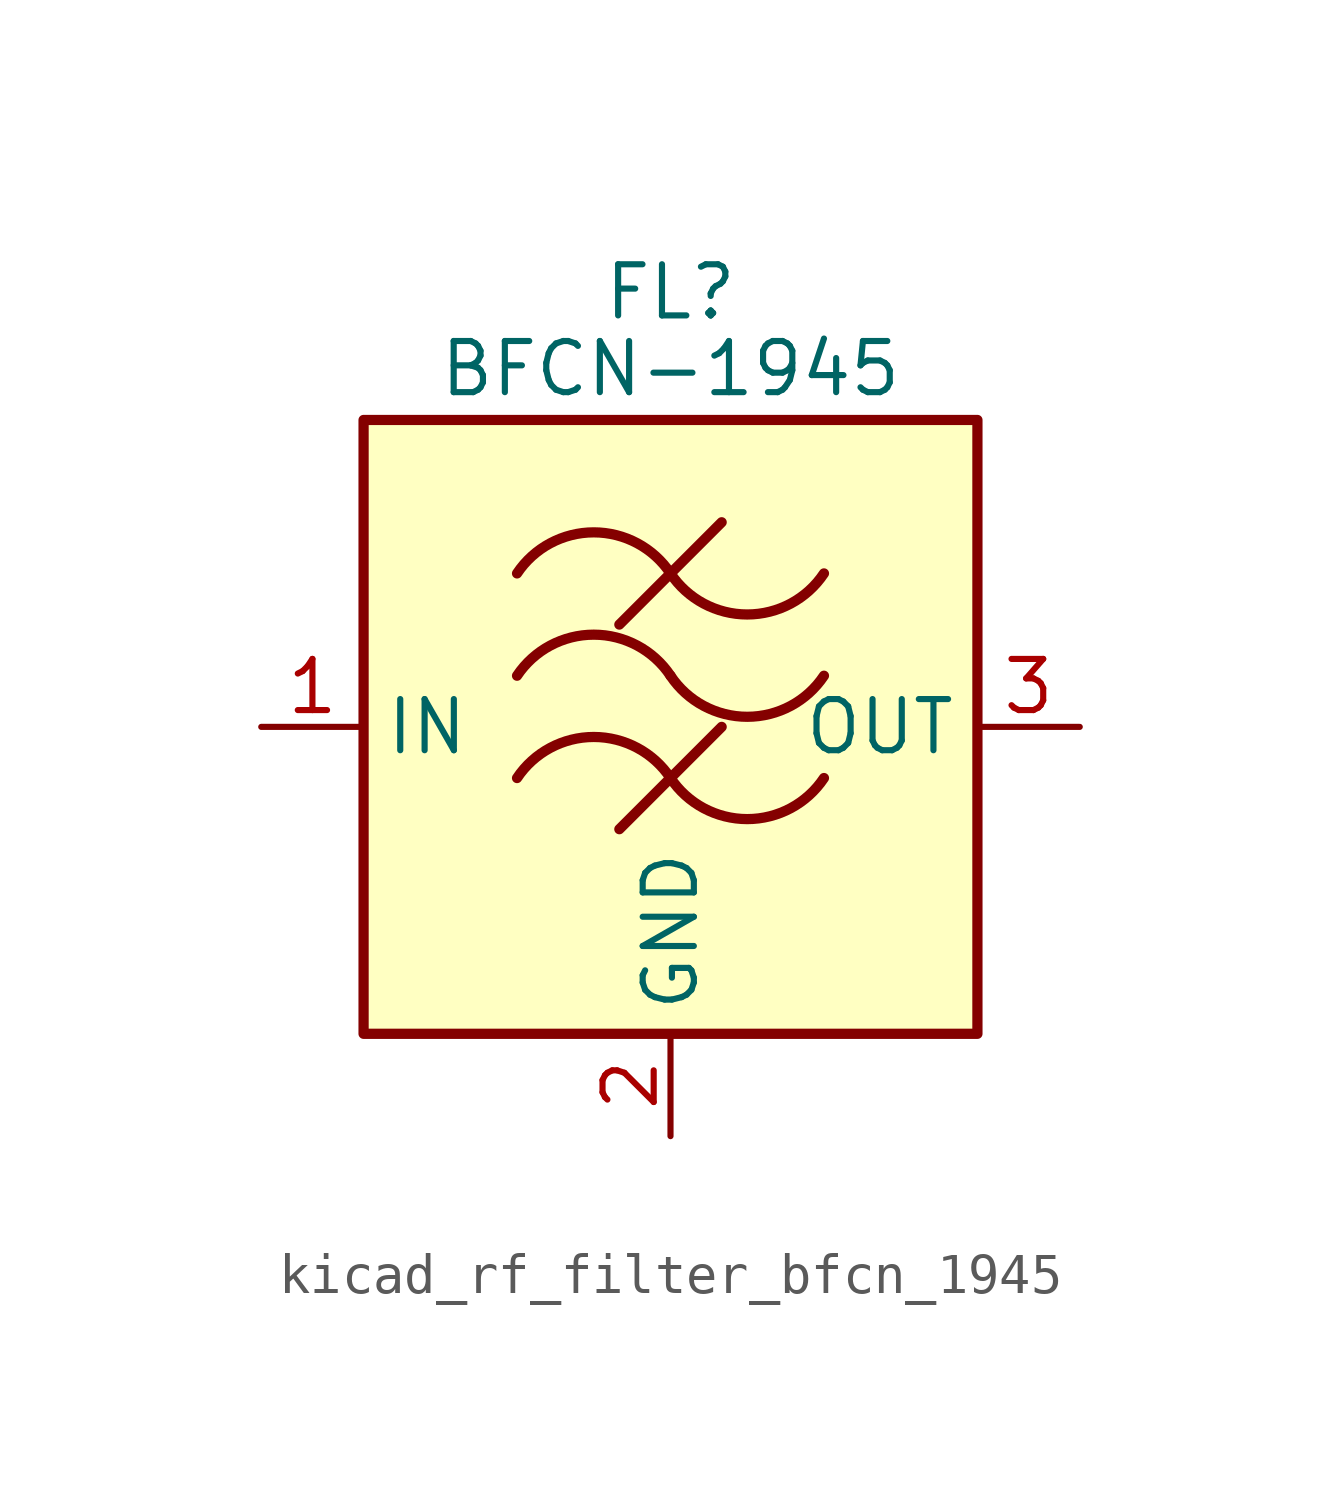
<source format=kicad_sym>
(kicad_symbol_lib
  (version 20220914)
  (generator kicad_symbol_editor)
  (symbol "kicad_rf_filter_bfcn_1945"
    (property "Reference" "FL"
      (at 0 10.795 0)
      (effects (font (size 1.27 1.27))))
    (property "Value" "BFCN-1945"
      (at 0 8.89 0)
      (effects (font (size 1.27 1.27))))
    (symbol "kicad_rf_filter_bfcn_1945_0_1"
      (rectangle (start -7.62 7.62) (end 7.62 -7.62) (stroke (width 0.254) (type default)) (fill (type background)))
      (arc (start 0 -1.27) (mid -1.905 -0.2505) (end -3.81 -1.27) (stroke (width 0.254) (type default)) (fill (type none)))
      (arc (start 0 -1.27) (mid 1.905 -2.2895) (end 3.81 -1.27) (stroke (width 0.254) (type default)) (fill (type none)))
      (polyline (pts (xy -1.27 -2.54) (xy 1.27 0)) (stroke (width 0.254) (type default)) (fill (type none)))
      (polyline (pts (xy -1.27 2.54) (xy 1.27 5.08)) (stroke (width 0.254) (type default)) (fill (type none)))
      (arc (start 0 1.27) (mid -1.905 2.2895) (end -3.81 1.27) (stroke (width 0.254) (type default)) (fill (type none)))
      (arc (start 0 1.27) (mid 1.905 0.2505) (end 3.81 1.27) (stroke (width 0.254) (type default)) (fill (type none)))
      (arc (start 0 3.81) (mid -1.905 4.8295) (end -3.81 3.81) (stroke (width 0.254) (type default)) (fill (type none)))
      (arc (start 0 3.81) (mid 1.905 2.7905) (end 3.81 3.81) (stroke (width 0.254) (type default)) (fill (type none))))
    (symbol "kicad_rf_filter_bfcn_1945_1_1"
      (pin passive line (at -10.16 0 0) (length 2.54) (name "IN" (effects (font (size 1.27 1.27)))) (number "1" (effects (font (size 1.27 1.27)))))
      (pin passive line (at 0 -10.16 90) (length 2.54) (name "GND" (effects (font (size 1.27 1.27)))) (number "2" (effects (font (size 1.27 1.27)))))
      (pin passive line (at 10.16 0 180) (length 2.54) (name "OUT" (effects (font (size 1.27 1.27)))) (number "3" (effects (font (size 1.27 1.27)))))
      (pin passive line (at 0 -10.16 90) (length 2.54) hide (name "GND" (effects (font (size 1.27 1.27)))) (number "4" (effects (font (size 1.27 1.27))))))))
</source>
